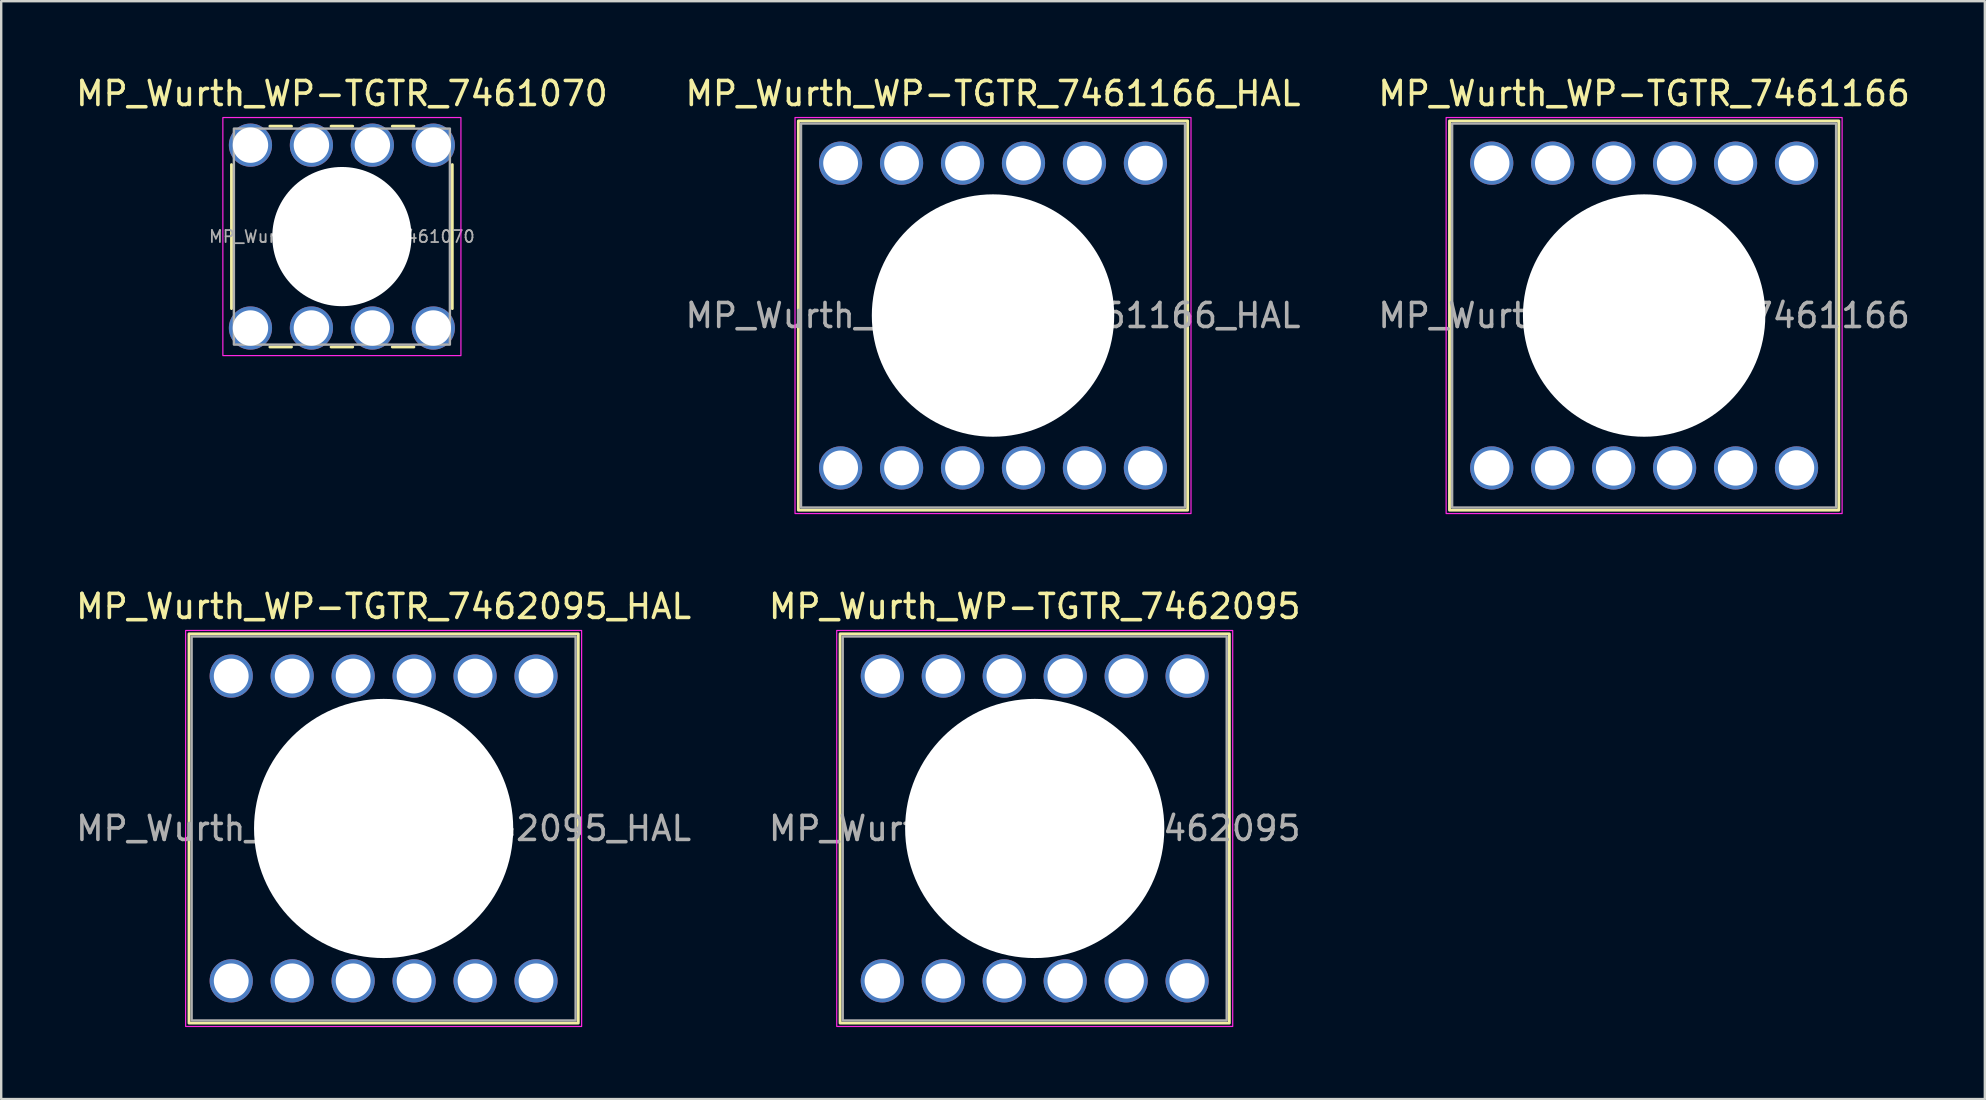
<source format=kicad_pcb>
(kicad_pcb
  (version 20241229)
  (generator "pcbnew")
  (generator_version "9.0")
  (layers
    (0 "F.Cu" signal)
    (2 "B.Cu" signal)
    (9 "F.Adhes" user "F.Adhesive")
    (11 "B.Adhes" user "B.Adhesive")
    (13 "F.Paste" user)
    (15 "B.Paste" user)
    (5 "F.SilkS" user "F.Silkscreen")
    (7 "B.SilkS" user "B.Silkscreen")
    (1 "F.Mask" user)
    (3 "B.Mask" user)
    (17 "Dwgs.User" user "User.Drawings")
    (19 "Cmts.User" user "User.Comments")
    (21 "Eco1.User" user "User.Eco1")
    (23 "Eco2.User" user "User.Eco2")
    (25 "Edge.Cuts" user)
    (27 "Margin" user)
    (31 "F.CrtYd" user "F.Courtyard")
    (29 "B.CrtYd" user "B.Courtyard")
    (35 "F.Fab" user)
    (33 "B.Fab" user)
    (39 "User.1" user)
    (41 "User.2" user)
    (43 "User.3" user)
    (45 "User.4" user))
  (footprint "MP_Wurth_WP-TGTR_7462095"
    (layer "F.Cu")
    (at 40.065 31.471)
    (property "Reference" "MP_Wurth_WP-TGTR_7462095" (at 0 -9.25 0) (unlocked yes) (layer "F.SilkS") (effects (font (size 1 1) (thickness 0.15))))
    (attr through_hole)
    (fp_rect (start -8.11 -8.11) (end 8.11 8.11) (stroke (width 0.12) (type solid)) (fill no) (layer "F.SilkS"))
    (fp_rect (start -8.25 -8.25) (end 8.25 8.25) (stroke (width 0.05) (type solid)) (fill no) (layer "F.CrtYd"))
    (fp_rect (start -8 -8) (end 8 8) (stroke (width 0.1) (type solid)) (fill no) (layer "F.Fab"))
    (fp_text user "${REFERENCE}" (at 0 0 0) (unlocked yes) (layer "F.Fab") (effects (font (size 1 1) (thickness 0.15))))
    (pad "" np_thru_hole circle (at 0 0) (size 10.8 10.8) (drill 10.8) (layers "*.Cu" "*.Mask"))
    (pad "1" thru_hole circle (at -6.35 -6.35) (size 1.8 1.8) (drill 1.475) (layers "*.Cu" "*.Mask"))
    (pad "1" thru_hole circle (at -6.35 6.35) (size 1.8 1.8) (drill 1.475) (layers "*.Cu" "*.Mask"))
    (pad "1" thru_hole circle (at -3.81 -6.35) (size 1.8 1.8) (drill 1.475) (layers "*.Cu" "*.Mask"))
    (pad "1" thru_hole circle (at -3.81 6.35) (size 1.8 1.8) (drill 1.475) (layers "*.Cu" "*.Mask"))
    (pad "1" thru_hole circle (at -1.27 -6.35) (size 1.8 1.8) (drill 1.475) (layers "*.Cu" "*.Mask"))
    (pad "1" thru_hole circle (at -1.27 6.35) (size 1.8 1.8) (drill 1.475) (layers "*.Cu" "*.Mask"))
    (pad "1" thru_hole circle (at 1.27 -6.35) (size 1.8 1.8) (drill 1.475) (layers "*.Cu" "*.Mask"))
    (pad "1" thru_hole circle (at 1.27 6.35) (size 1.8 1.8) (drill 1.475) (layers "*.Cu" "*.Mask"))
    (pad "1" thru_hole circle (at 3.81 -6.35) (size 1.8 1.8) (drill 1.475) (layers "*.Cu" "*.Mask"))
    (pad "1" thru_hole circle (at 3.81 6.35) (size 1.8 1.8) (drill 1.475) (layers "*.Cu" "*.Mask"))
    (pad "1" thru_hole circle (at 6.35 -6.35) (size 1.8 1.8) (drill 1.475) (layers "*.Cu" "*.Mask"))
    (pad "1" thru_hole circle (at 6.35 6.35) (size 1.8 1.8) (drill 1.475) (layers "*.Cu" "*.Mask")))
  (footprint "MP_Wurth_WP-TGTR_7461166"
    (layer "F.Cu")
    (at 65.458 10.098)
    (property "Reference" "MP_Wurth_WP-TGTR_7461166" (at 0 -9.25 0) (unlocked yes) (layer "F.SilkS") (effects (font (size 1 1) (thickness 0.15))))
    (attr through_hole)
    (fp_rect (start -8.11 -8.11) (end 8.11 8.11) (stroke (width 0.12) (type solid)) (fill no) (layer "F.SilkS"))
    (fp_rect (start -8.25 -8.25) (end 8.25 8.25) (stroke (width 0.05) (type solid)) (fill no) (layer "F.CrtYd"))
    (fp_rect (start -8 -8) (end 8 8) (stroke (width 0.1) (type solid)) (fill no) (layer "F.Fab"))
    (fp_text user "${REFERENCE}" (at 0 0 0) (unlocked yes) (layer "F.Fab") (effects (font (size 1 1) (thickness 0.15))))
    (pad "" np_thru_hole circle (at 0 0) (size 10.1 10.1) (drill 10.1) (layers "*.Cu" "*.Mask"))
    (pad "1" thru_hole circle (at -6.35 -6.35) (size 1.8 1.8) (drill 1.475) (layers "*.Cu" "*.Mask"))
    (pad "1" thru_hole circle (at -6.35 6.35) (size 1.8 1.8) (drill 1.475) (layers "*.Cu" "*.Mask"))
    (pad "1" thru_hole circle (at -3.81 -6.35) (size 1.8 1.8) (drill 1.475) (layers "*.Cu" "*.Mask"))
    (pad "1" thru_hole circle (at -3.81 6.35) (size 1.8 1.8) (drill 1.475) (layers "*.Cu" "*.Mask"))
    (pad "1" thru_hole circle (at -1.27 -6.35) (size 1.8 1.8) (drill 1.475) (layers "*.Cu" "*.Mask"))
    (pad "1" thru_hole circle (at -1.27 6.35) (size 1.8 1.8) (drill 1.475) (layers "*.Cu" "*.Mask"))
    (pad "1" thru_hole circle (at 1.27 -6.35) (size 1.8 1.8) (drill 1.475) (layers "*.Cu" "*.Mask"))
    (pad "1" thru_hole circle (at 1.27 6.35) (size 1.8 1.8) (drill 1.475) (layers "*.Cu" "*.Mask"))
    (pad "1" thru_hole circle (at 3.81 -6.35) (size 1.8 1.8) (drill 1.475) (layers "*.Cu" "*.Mask"))
    (pad "1" thru_hole circle (at 3.81 6.35) (size 1.8 1.8) (drill 1.475) (layers "*.Cu" "*.Mask"))
    (pad "1" thru_hole circle (at 6.35 -6.35) (size 1.8 1.8) (drill 1.475) (layers "*.Cu" "*.Mask"))
    (pad "1" thru_hole circle (at 6.35 6.35) (size 1.8 1.8) (drill 1.475) (layers "*.Cu" "*.Mask")))
  (footprint "MP_Wurth_WP-TGTR_7461166_HAL"
    (layer "F.Cu")
    (at 38.327 10.098)
    (property "Reference" "MP_Wurth_WP-TGTR_7461166_HAL" (at 0 -9.25 0) (unlocked yes) (layer "F.SilkS") (effects (font (size 1 1) (thickness 0.15))))
    (attr through_hole)
    (fp_rect (start -8.11 -8.11) (end 8.11 8.11) (stroke (width 0.12) (type solid)) (fill no) (layer "F.SilkS"))
    (fp_rect (start -8.25 -8.25) (end 8.25 8.25) (stroke (width 0.05) (type solid)) (fill no) (layer "F.CrtYd"))
    (fp_rect (start -8 -8) (end 8 8) (stroke (width 0.1) (type solid)) (fill no) (layer "F.Fab"))
    (fp_text user "${REFERENCE}" (at 0 0 0) (unlocked yes) (layer "F.Fab") (effects (font (size 1 1) (thickness 0.15))))
    (pad "" np_thru_hole circle (at 0 0) (size 10.1 10.1) (drill 10.1) (layers "*.Cu" "*.Mask"))
    (pad "1" thru_hole circle (at -6.35 -6.35) (size 1.8 1.8) (drill 1.45) (layers "*.Cu" "*.Mask"))
    (pad "1" thru_hole circle (at -6.35 6.35) (size 1.8 1.8) (drill 1.45) (layers "*.Cu" "*.Mask"))
    (pad "1" thru_hole circle (at -3.81 -6.35) (size 1.8 1.8) (drill 1.45) (layers "*.Cu" "*.Mask"))
    (pad "1" thru_hole circle (at -3.81 6.35) (size 1.8 1.8) (drill 1.45) (layers "*.Cu" "*.Mask"))
    (pad "1" thru_hole circle (at -1.27 -6.35) (size 1.8 1.8) (drill 1.45) (layers "*.Cu" "*.Mask"))
    (pad "1" thru_hole circle (at -1.27 6.35) (size 1.8 1.8) (drill 1.45) (layers "*.Cu" "*.Mask"))
    (pad "1" thru_hole circle (at 1.27 -6.35) (size 1.8 1.8) (drill 1.45) (layers "*.Cu" "*.Mask"))
    (pad "1" thru_hole circle (at 1.27 6.35) (size 1.8 1.8) (drill 1.45) (layers "*.Cu" "*.Mask"))
    (pad "1" thru_hole circle (at 3.81 -6.35) (size 1.8 1.8) (drill 1.45) (layers "*.Cu" "*.Mask"))
    (pad "1" thru_hole circle (at 3.81 6.35) (size 1.8 1.8) (drill 1.45) (layers "*.Cu" "*.Mask"))
    (pad "1" thru_hole circle (at 6.35 -6.35) (size 1.8 1.8) (drill 1.45) (layers "*.Cu" "*.Mask"))
    (pad "1" thru_hole circle (at 6.35 6.35) (size 1.8 1.8) (drill 1.45) (layers "*.Cu" "*.Mask")))
  (footprint "MP_Wurth_WP-TGTR_7462095_HAL"
    (layer "F.Cu")
    (at 12.935 31.471)
    (property "Reference" "MP_Wurth_WP-TGTR_7462095_HAL" (at 0 -9.25 0) (unlocked yes) (layer "F.SilkS") (effects (font (size 1 1) (thickness 0.15))))
    (attr through_hole)
    (fp_rect (start -8.11 -8.11) (end 8.11 8.11) (stroke (width 0.12) (type solid)) (fill no) (layer "F.SilkS"))
    (fp_rect (start -8.25 -8.25) (end 8.25 8.25) (stroke (width 0.05) (type solid)) (fill no) (layer "F.CrtYd"))
    (fp_rect (start -8 -8) (end 8 8) (stroke (width 0.1) (type solid)) (fill no) (layer "F.Fab"))
    (fp_text user "${REFERENCE}" (at 0 0 0) (unlocked yes) (layer "F.Fab") (effects (font (size 1 1) (thickness 0.15))))
    (pad "" np_thru_hole circle (at 0 0) (size 10.8 10.8) (drill 10.8) (layers "*.Cu" "*.Mask"))
    (pad "1" thru_hole circle (at -6.35 -6.35) (size 1.8 1.8) (drill 1.45) (layers "*.Cu" "*.Mask"))
    (pad "1" thru_hole circle (at -6.35 6.35) (size 1.8 1.8) (drill 1.45) (layers "*.Cu" "*.Mask"))
    (pad "1" thru_hole circle (at -3.81 -6.35) (size 1.8 1.8) (drill 1.45) (layers "*.Cu" "*.Mask"))
    (pad "1" thru_hole circle (at -3.81 6.35) (size 1.8 1.8) (drill 1.45) (layers "*.Cu" "*.Mask"))
    (pad "1" thru_hole circle (at -1.27 -6.35) (size 1.8 1.8) (drill 1.45) (layers "*.Cu" "*.Mask"))
    (pad "1" thru_hole circle (at -1.27 6.35) (size 1.8 1.8) (drill 1.45) (layers "*.Cu" "*.Mask"))
    (pad "1" thru_hole circle (at 1.27 -6.35) (size 1.8 1.8) (drill 1.45) (layers "*.Cu" "*.Mask"))
    (pad "1" thru_hole circle (at 1.27 6.35) (size 1.8 1.8) (drill 1.45) (layers "*.Cu" "*.Mask"))
    (pad "1" thru_hole circle (at 3.81 -6.35) (size 1.8 1.8) (drill 1.45) (layers "*.Cu" "*.Mask"))
    (pad "1" thru_hole circle (at 3.81 6.35) (size 1.8 1.8) (drill 1.45) (layers "*.Cu" "*.Mask"))
    (pad "1" thru_hole circle (at 6.35 -6.35) (size 1.8 1.8) (drill 1.45) (layers "*.Cu" "*.Mask"))
    (pad "1" thru_hole circle (at 6.35 6.35) (size 1.8 1.8) (drill 1.45) (layers "*.Cu" "*.Mask")))
  (footprint "MP_Wurth_WP-TGTR_7461070"
    (layer "F.Cu")
    (at 11.196 6.808)
    (property "Reference" "MP_Wurth_WP-TGTR_7461070" (at 0 -5.96 0) (unlocked yes) (layer "F.SilkS") (effects (font (size 1 1) (thickness 0.15))))
    (attr through_hole)
    (fp_line (start -4.6 -3) (end -4.6 3) (stroke (width 0.12) (type solid)) (layer "F.SilkS"))
    (fp_line (start -3 -4.6) (end -2.1 -4.6) (stroke (width 0.12) (type solid)) (layer "F.SilkS"))
    (fp_line (start -2.1 4.6) (end -3 4.6) (stroke (width 0.12) (type solid)) (layer "F.SilkS"))
    (fp_line (start -0.45 -4.6) (end 0.45 -4.6) (stroke (width 0.12) (type solid)) (layer "F.SilkS"))
    (fp_line (start 0.45 4.6) (end -0.45 4.6) (stroke (width 0.12) (type solid)) (layer "F.SilkS"))
    (fp_line (start 2.1 -4.6) (end 3 -4.6) (stroke (width 0.12) (type solid)) (layer "F.SilkS"))
    (fp_line (start 3 4.6) (end 2.1 4.6) (stroke (width 0.12) (type solid)) (layer "F.SilkS"))
    (fp_line (start 4.6 3) (end 4.6 -3) (stroke (width 0.12) (type solid)) (layer "F.SilkS"))
    (fp_rect (start -4.96 -4.96) (end 4.96 4.96) (stroke (width 0.05) (type solid)) (fill no) (layer "F.CrtYd"))
    (fp_rect (start -4.5 -4.5) (end 4.5 4.5) (stroke (width 0.1) (type solid)) (fill no) (layer "F.Fab"))
    (fp_text user "${REFERENCE}" (at 0 0 0) (unlocked yes) (layer "F.Fab") (effects (font (size 0.5 0.5) (thickness 0.075))))
    (pad "" np_thru_hole circle (at 0 0) (size 5.8 5.8) (drill 5.8) (layers "*.Cu" "*.Mask"))
    (pad "1" thru_hole circle (at -3.81 -3.81) (size 1.8 1.8) (drill 1.475) (layers "*.Cu" "*.Mask"))
    (pad "1" thru_hole circle (at -3.81 3.81) (size 1.8 1.8) (drill 1.475) (layers "*.Cu" "*.Mask"))
    (pad "1" thru_hole circle (at -1.27 -3.81) (size 1.8 1.8) (drill 1.475) (layers "*.Cu" "*.Mask"))
    (pad "1" thru_hole circle (at -1.27 3.81) (size 1.8 1.8) (drill 1.475) (layers "*.Cu" "*.Mask"))
    (pad "1" thru_hole circle (at 1.27 -3.81) (size 1.8 1.8) (drill 1.475) (layers "*.Cu" "*.Mask"))
    (pad "1" thru_hole circle (at 1.27 3.81) (size 1.8 1.8) (drill 1.475) (layers "*.Cu" "*.Mask"))
    (pad "1" thru_hole circle (at 3.81 -3.81) (size 1.8 1.8) (drill 1.475) (layers "*.Cu" "*.Mask"))
    (pad "1" thru_hole circle (at 3.81 3.81) (size 1.8 1.8) (drill 1.475) (layers "*.Cu" "*.Mask")))
  (gr_rect
    (start -3 -3)
    (end 79.655 42.746)
    (stroke (width 0.1) (type default))
    (fill no)
    (layer "Edge.Cuts")))
</source>
